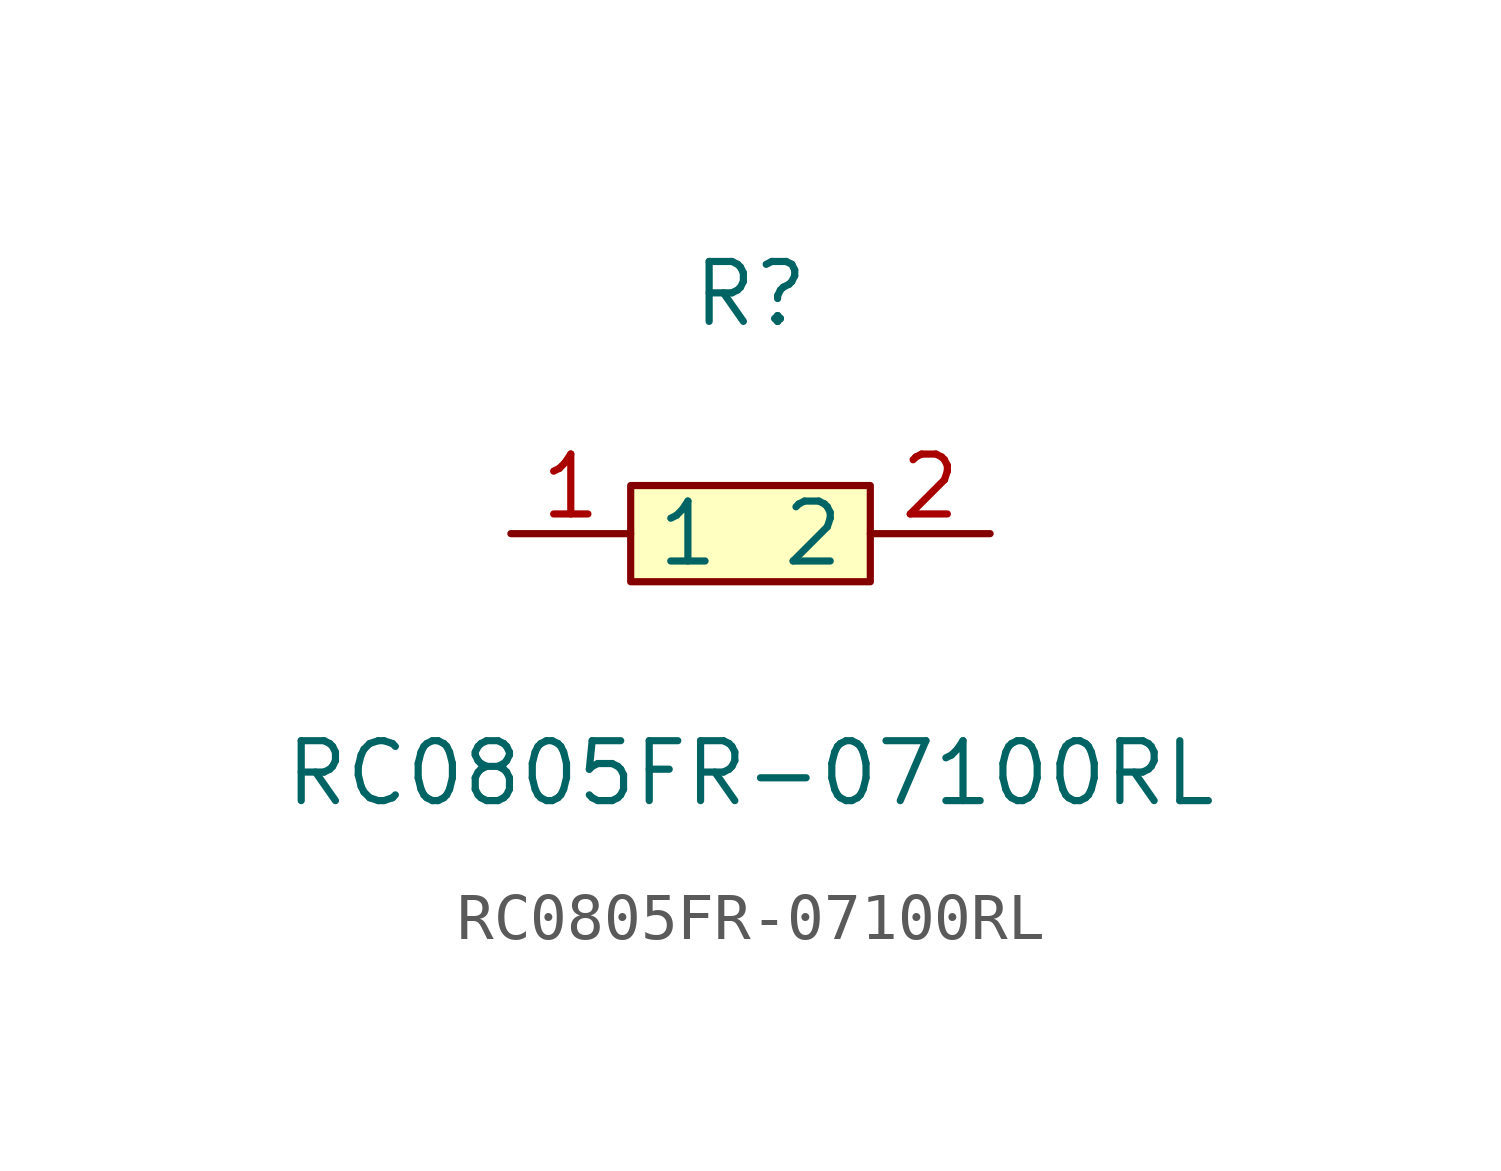
<source format=kicad_sym>
(kicad_symbol_lib
  (version 1)
  (generator "faebryk")
  (symbol "RC0805FR-07100RL"
    (property "Reference" "R"
      (at 0 5.08 0)
      (effects (font (size 1.27 1.27)) (hide no)))
    (property "Value" "RC0805FR-07100RL"
      (at 0 -5.08 0)
      (effects (font (size 1.27 1.27)) (hide no)))
    (symbol "RC0805FR-07100RL_0_1"
      (rectangle (start -2.54 1.02) (end 2.54 -1.02) (stroke (width 0) (type default) (color 0 0 0 0)) (fill (type background)))
      (pin input line (at 5.08 0 180) (length 2.54) (name "2" (effects (font (size 1.27 1.27)) (hide no))) (number "2" (effects (font (size 1.27 1.27)) (hide no))))
      (pin input line (at -5.08 0 0) (length 2.54) (name "1" (effects (font (size 1.27 1.27)) (hide no))) (number "1" (effects (font (size 1.27 1.27)) (hide no)))))))
</source>
